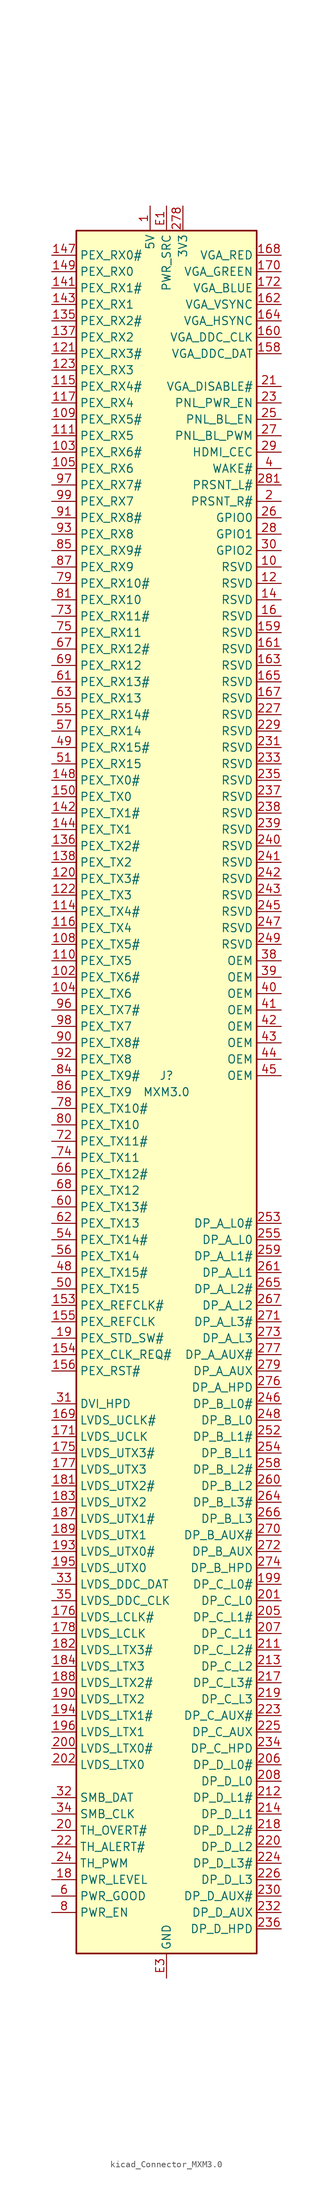
<source format=kicad_sym>
(kicad_symbol_lib
  (version 20220914)
  (generator kicad_symbol_editor)
  (symbol "kicad_Connector_MXM3.0"
    (property "Reference" "J"
      (at 0 2.54 0)
      (effects (font (size 1.27 1.27))))
    (property "Value" "MXM3.0"
      (at 0 0 0)
      (effects (font (size 1.27 1.27))))
    (symbol "kicad_Connector_MXM3.0_1_1"
      (rectangle (start -13.97 133.35) (end 13.97 -133.35) (stroke (width 0.254) (type default)) (fill (type background)))
      (pin power_in line (at -2.54 137.16 270) (length 3.81) (name "5V" (effects (font (size 1.27 1.27)))) (number "1" (effects (font (size 1.27 1.27)))))
      (pin bidirectional line (at 17.78 81.28 180) (length 3.81) (name "RSVD" (effects (font (size 1.27 1.27)))) (number "10" (effects (font (size 1.27 1.27)))))
      (pin passive line (at 0 -137.16 90) (length 3.81) hide (name "GND" (effects (font (size 1.27 1.27)))) (number "100" (effects (font (size 1.27 1.27)))))
      (pin passive line (at 0 -137.16 90) (length 3.81) hide (name "GND" (effects (font (size 1.27 1.27)))) (number "101" (effects (font (size 1.27 1.27)))))
      (pin input line (at -17.78 17.78 0) (length 3.81) (name "PEX_TX6#" (effects (font (size 1.27 1.27)))) (number "102" (effects (font (size 1.27 1.27)))))
      (pin output line (at -17.78 99.06 0) (length 3.81) (name "PEX_RX6#" (effects (font (size 1.27 1.27)))) (number "103" (effects (font (size 1.27 1.27)))))
      (pin input line (at -17.78 15.24 0) (length 3.81) (name "PEX_TX6" (effects (font (size 1.27 1.27)))) (number "104" (effects (font (size 1.27 1.27)))))
      (pin output line (at -17.78 96.52 0) (length 3.81) (name "PEX_RX6" (effects (font (size 1.27 1.27)))) (number "105" (effects (font (size 1.27 1.27)))))
      (pin passive line (at 0 -137.16 90) (length 3.81) hide (name "GND" (effects (font (size 1.27 1.27)))) (number "106" (effects (font (size 1.27 1.27)))))
      (pin passive line (at 0 -137.16 90) (length 3.81) hide (name "GND" (effects (font (size 1.27 1.27)))) (number "107" (effects (font (size 1.27 1.27)))))
      (pin input line (at -17.78 22.86 0) (length 3.81) (name "PEX_TX5#" (effects (font (size 1.27 1.27)))) (number "108" (effects (font (size 1.27 1.27)))))
      (pin output line (at -17.78 104.14 0) (length 3.81) (name "PEX_RX5#" (effects (font (size 1.27 1.27)))) (number "109" (effects (font (size 1.27 1.27)))))
      (pin passive line (at 0 -137.16 90) (length 3.81) hide (name "GND" (effects (font (size 1.27 1.27)))) (number "11" (effects (font (size 1.27 1.27)))))
      (pin input line (at -17.78 20.32 0) (length 3.81) (name "PEX_TX5" (effects (font (size 1.27 1.27)))) (number "110" (effects (font (size 1.27 1.27)))))
      (pin output line (at -17.78 101.6 0) (length 3.81) (name "PEX_RX5" (effects (font (size 1.27 1.27)))) (number "111" (effects (font (size 1.27 1.27)))))
      (pin passive line (at 0 -137.16 90) (length 3.81) hide (name "GND" (effects (font (size 1.27 1.27)))) (number "112" (effects (font (size 1.27 1.27)))))
      (pin passive line (at 0 -137.16 90) (length 3.81) hide (name "GND" (effects (font (size 1.27 1.27)))) (number "113" (effects (font (size 1.27 1.27)))))
      (pin input line (at -17.78 27.94 0) (length 3.81) (name "PEX_TX4#" (effects (font (size 1.27 1.27)))) (number "114" (effects (font (size 1.27 1.27)))))
      (pin output line (at -17.78 109.22 0) (length 3.81) (name "PEX_RX4#" (effects (font (size 1.27 1.27)))) (number "115" (effects (font (size 1.27 1.27)))))
      (pin input line (at -17.78 25.4 0) (length 3.81) (name "PEX_TX4" (effects (font (size 1.27 1.27)))) (number "116" (effects (font (size 1.27 1.27)))))
      (pin output line (at -17.78 106.68 0) (length 3.81) (name "PEX_RX4" (effects (font (size 1.27 1.27)))) (number "117" (effects (font (size 1.27 1.27)))))
      (pin passive line (at 0 -137.16 90) (length 3.81) hide (name "GND" (effects (font (size 1.27 1.27)))) (number "118" (effects (font (size 1.27 1.27)))))
      (pin passive line (at 0 -137.16 90) (length 3.81) hide (name "GND" (effects (font (size 1.27 1.27)))) (number "119" (effects (font (size 1.27 1.27)))))
      (pin bidirectional line (at 17.78 78.74 180) (length 3.81) (name "RSVD" (effects (font (size 1.27 1.27)))) (number "12" (effects (font (size 1.27 1.27)))))
      (pin input line (at -17.78 33.02 0) (length 3.81) (name "PEX_TX3#" (effects (font (size 1.27 1.27)))) (number "120" (effects (font (size 1.27 1.27)))))
      (pin output line (at -17.78 114.3 0) (length 3.81) (name "PEX_RX3#" (effects (font (size 1.27 1.27)))) (number "121" (effects (font (size 1.27 1.27)))))
      (pin input line (at -17.78 30.48 0) (length 3.81) (name "PEX_TX3" (effects (font (size 1.27 1.27)))) (number "122" (effects (font (size 1.27 1.27)))))
      (pin output line (at -17.78 111.76 0) (length 3.81) (name "PEX_RX3" (effects (font (size 1.27 1.27)))) (number "123" (effects (font (size 1.27 1.27)))))
      (pin passive line (at 0 -137.16 90) (length 3.81) hide (name "GND" (effects (font (size 1.27 1.27)))) (number "124" (effects (font (size 1.27 1.27)))))
      (pin passive line (at 0 -137.16 90) (length 3.81) hide (name "GND" (effects (font (size 1.27 1.27)))) (number "125" (effects (font (size 1.27 1.27)))))
      (pin passive line (at 0 -137.16 90) (length 3.81) hide (name "GND" (effects (font (size 1.27 1.27)))) (number "13" (effects (font (size 1.27 1.27)))))
      (pin passive line (at 0 -137.16 90) (length 3.81) hide (name "GND" (effects (font (size 1.27 1.27)))) (number "133" (effects (font (size 1.27 1.27)))))
      (pin passive line (at 0 -137.16 90) (length 3.81) hide (name "GND" (effects (font (size 1.27 1.27)))) (number "134" (effects (font (size 1.27 1.27)))))
      (pin output line (at -17.78 119.38 0) (length 3.81) (name "PEX_RX2#" (effects (font (size 1.27 1.27)))) (number "135" (effects (font (size 1.27 1.27)))))
      (pin input line (at -17.78 38.1 0) (length 3.81) (name "PEX_TX2#" (effects (font (size 1.27 1.27)))) (number "136" (effects (font (size 1.27 1.27)))))
      (pin output line (at -17.78 116.84 0) (length 3.81) (name "PEX_RX2" (effects (font (size 1.27 1.27)))) (number "137" (effects (font (size 1.27 1.27)))))
      (pin input line (at -17.78 35.56 0) (length 3.81) (name "PEX_TX2" (effects (font (size 1.27 1.27)))) (number "138" (effects (font (size 1.27 1.27)))))
      (pin passive line (at 0 -137.16 90) (length 3.81) hide (name "GND" (effects (font (size 1.27 1.27)))) (number "139" (effects (font (size 1.27 1.27)))))
      (pin bidirectional line (at 17.78 76.2 180) (length 3.81) (name "RSVD" (effects (font (size 1.27 1.27)))) (number "14" (effects (font (size 1.27 1.27)))))
      (pin passive line (at 0 -137.16 90) (length 3.81) hide (name "GND" (effects (font (size 1.27 1.27)))) (number "140" (effects (font (size 1.27 1.27)))))
      (pin output line (at -17.78 124.46 0) (length 3.81) (name "PEX_RX1#" (effects (font (size 1.27 1.27)))) (number "141" (effects (font (size 1.27 1.27)))))
      (pin input line (at -17.78 43.18 0) (length 3.81) (name "PEX_TX1#" (effects (font (size 1.27 1.27)))) (number "142" (effects (font (size 1.27 1.27)))))
      (pin output line (at -17.78 121.92 0) (length 3.81) (name "PEX_RX1" (effects (font (size 1.27 1.27)))) (number "143" (effects (font (size 1.27 1.27)))))
      (pin input line (at -17.78 40.64 0) (length 3.81) (name "PEX_TX1" (effects (font (size 1.27 1.27)))) (number "144" (effects (font (size 1.27 1.27)))))
      (pin passive line (at 0 -137.16 90) (length 3.81) hide (name "GND" (effects (font (size 1.27 1.27)))) (number "145" (effects (font (size 1.27 1.27)))))
      (pin passive line (at 0 -137.16 90) (length 3.81) hide (name "GND" (effects (font (size 1.27 1.27)))) (number "146" (effects (font (size 1.27 1.27)))))
      (pin output line (at -17.78 129.54 0) (length 3.81) (name "PEX_RX0#" (effects (font (size 1.27 1.27)))) (number "147" (effects (font (size 1.27 1.27)))))
      (pin input line (at -17.78 48.26 0) (length 3.81) (name "PEX_TX0#" (effects (font (size 1.27 1.27)))) (number "148" (effects (font (size 1.27 1.27)))))
      (pin output line (at -17.78 127 0) (length 3.81) (name "PEX_RX0" (effects (font (size 1.27 1.27)))) (number "149" (effects (font (size 1.27 1.27)))))
      (pin passive line (at 0 -137.16 90) (length 3.81) hide (name "GND" (effects (font (size 1.27 1.27)))) (number "15" (effects (font (size 1.27 1.27)))))
      (pin input line (at -17.78 45.72 0) (length 3.81) (name "PEX_TX0" (effects (font (size 1.27 1.27)))) (number "150" (effects (font (size 1.27 1.27)))))
      (pin passive line (at 0 -137.16 90) (length 3.81) hide (name "GND" (effects (font (size 1.27 1.27)))) (number "151" (effects (font (size 1.27 1.27)))))
      (pin passive line (at 0 -137.16 90) (length 3.81) hide (name "GND" (effects (font (size 1.27 1.27)))) (number "152" (effects (font (size 1.27 1.27)))))
      (pin input line (at -17.78 -33.02 0) (length 3.81) (name "PEX_REFCLK#" (effects (font (size 1.27 1.27)))) (number "153" (effects (font (size 1.27 1.27)))))
      (pin output line (at -17.78 -40.64 0) (length 3.81) (name "PEX_CLK_REQ#" (effects (font (size 1.27 1.27)))) (number "154" (effects (font (size 1.27 1.27)))))
      (pin input line (at -17.78 -35.56 0) (length 3.81) (name "PEX_REFCLK" (effects (font (size 1.27 1.27)))) (number "155" (effects (font (size 1.27 1.27)))))
      (pin input line (at -17.78 -43.18 0) (length 3.81) (name "PEX_RST#" (effects (font (size 1.27 1.27)))) (number "156" (effects (font (size 1.27 1.27)))))
      (pin passive line (at 0 -137.16 90) (length 3.81) hide (name "GND" (effects (font (size 1.27 1.27)))) (number "157" (effects (font (size 1.27 1.27)))))
      (pin bidirectional line (at 17.78 114.3 180) (length 3.81) (name "VGA_DDC_DAT" (effects (font (size 1.27 1.27)))) (number "158" (effects (font (size 1.27 1.27)))))
      (pin bidirectional line (at 17.78 71.12 180) (length 3.81) (name "RSVD" (effects (font (size 1.27 1.27)))) (number "159" (effects (font (size 1.27 1.27)))))
      (pin bidirectional line (at 17.78 73.66 180) (length 3.81) (name "RSVD" (effects (font (size 1.27 1.27)))) (number "16" (effects (font (size 1.27 1.27)))))
      (pin output line (at 17.78 116.84 180) (length 3.81) (name "VGA_DDC_CLK" (effects (font (size 1.27 1.27)))) (number "160" (effects (font (size 1.27 1.27)))))
      (pin bidirectional line (at 17.78 68.58 180) (length 3.81) (name "RSVD" (effects (font (size 1.27 1.27)))) (number "161" (effects (font (size 1.27 1.27)))))
      (pin output line (at 17.78 121.92 180) (length 3.81) (name "VGA_VSYNC" (effects (font (size 1.27 1.27)))) (number "162" (effects (font (size 1.27 1.27)))))
      (pin bidirectional line (at 17.78 66.04 180) (length 3.81) (name "RSVD" (effects (font (size 1.27 1.27)))) (number "163" (effects (font (size 1.27 1.27)))))
      (pin output line (at 17.78 119.38 180) (length 3.81) (name "VGA_HSYNC" (effects (font (size 1.27 1.27)))) (number "164" (effects (font (size 1.27 1.27)))))
      (pin bidirectional line (at 17.78 63.5 180) (length 3.81) (name "RSVD" (effects (font (size 1.27 1.27)))) (number "165" (effects (font (size 1.27 1.27)))))
      (pin passive line (at 0 -137.16 90) (length 3.81) hide (name "GND" (effects (font (size 1.27 1.27)))) (number "166" (effects (font (size 1.27 1.27)))))
      (pin bidirectional line (at 17.78 60.96 180) (length 3.81) (name "RSVD" (effects (font (size 1.27 1.27)))) (number "167" (effects (font (size 1.27 1.27)))))
      (pin output line (at 17.78 129.54 180) (length 3.81) (name "VGA_RED" (effects (font (size 1.27 1.27)))) (number "168" (effects (font (size 1.27 1.27)))))
      (pin output line (at -17.78 -50.8 0) (length 3.81) (name "LVDS_UCLK#" (effects (font (size 1.27 1.27)))) (number "169" (effects (font (size 1.27 1.27)))))
      (pin passive line (at 0 -137.16 90) (length 3.81) hide (name "GND" (effects (font (size 1.27 1.27)))) (number "17" (effects (font (size 1.27 1.27)))))
      (pin output line (at 17.78 127 180) (length 3.81) (name "VGA_GREEN" (effects (font (size 1.27 1.27)))) (number "170" (effects (font (size 1.27 1.27)))))
      (pin output line (at -17.78 -53.34 0) (length 3.81) (name "LVDS_UCLK" (effects (font (size 1.27 1.27)))) (number "171" (effects (font (size 1.27 1.27)))))
      (pin output line (at 17.78 124.46 180) (length 3.81) (name "VGA_BLUE" (effects (font (size 1.27 1.27)))) (number "172" (effects (font (size 1.27 1.27)))))
      (pin passive line (at 0 -137.16 90) (length 3.81) hide (name "GND" (effects (font (size 1.27 1.27)))) (number "173" (effects (font (size 1.27 1.27)))))
      (pin passive line (at 0 -137.16 90) (length 3.81) hide (name "GND" (effects (font (size 1.27 1.27)))) (number "174" (effects (font (size 1.27 1.27)))))
      (pin output line (at -17.78 -55.88 0) (length 3.81) (name "LVDS_UTX3#" (effects (font (size 1.27 1.27)))) (number "175" (effects (font (size 1.27 1.27)))))
      (pin output line (at -17.78 -81.28 0) (length 3.81) (name "LVDS_LCLK#" (effects (font (size 1.27 1.27)))) (number "176" (effects (font (size 1.27 1.27)))))
      (pin output line (at -17.78 -58.42 0) (length 3.81) (name "LVDS_UTX3" (effects (font (size 1.27 1.27)))) (number "177" (effects (font (size 1.27 1.27)))))
      (pin output line (at -17.78 -83.82 0) (length 3.81) (name "LVDS_LCLK" (effects (font (size 1.27 1.27)))) (number "178" (effects (font (size 1.27 1.27)))))
      (pin passive line (at 0 -137.16 90) (length 3.81) hide (name "GND" (effects (font (size 1.27 1.27)))) (number "179" (effects (font (size 1.27 1.27)))))
      (pin input line (at -17.78 -121.92 0) (length 3.81) (name "PWR_LEVEL" (effects (font (size 1.27 1.27)))) (number "18" (effects (font (size 1.27 1.27)))))
      (pin passive line (at 0 -137.16 90) (length 3.81) hide (name "GND" (effects (font (size 1.27 1.27)))) (number "180" (effects (font (size 1.27 1.27)))))
      (pin output line (at -17.78 -60.96 0) (length 3.81) (name "LVDS_UTX2#" (effects (font (size 1.27 1.27)))) (number "181" (effects (font (size 1.27 1.27)))))
      (pin output line (at -17.78 -86.36 0) (length 3.81) (name "LVDS_LTX3#" (effects (font (size 1.27 1.27)))) (number "182" (effects (font (size 1.27 1.27)))))
      (pin output line (at -17.78 -63.5 0) (length 3.81) (name "LVDS_UTX2" (effects (font (size 1.27 1.27)))) (number "183" (effects (font (size 1.27 1.27)))))
      (pin output line (at -17.78 -88.9 0) (length 3.81) (name "LVDS_LTX3" (effects (font (size 1.27 1.27)))) (number "184" (effects (font (size 1.27 1.27)))))
      (pin passive line (at 0 -137.16 90) (length 3.81) hide (name "GND" (effects (font (size 1.27 1.27)))) (number "185" (effects (font (size 1.27 1.27)))))
      (pin passive line (at 0 -137.16 90) (length 3.81) hide (name "GND" (effects (font (size 1.27 1.27)))) (number "186" (effects (font (size 1.27 1.27)))))
      (pin output line (at -17.78 -66.04 0) (length 3.81) (name "LVDS_UTX1#" (effects (font (size 1.27 1.27)))) (number "187" (effects (font (size 1.27 1.27)))))
      (pin output line (at -17.78 -91.44 0) (length 3.81) (name "LVDS_LTX2#" (effects (font (size 1.27 1.27)))) (number "188" (effects (font (size 1.27 1.27)))))
      (pin output line (at -17.78 -68.58 0) (length 3.81) (name "LVDS_UTX1" (effects (font (size 1.27 1.27)))) (number "189" (effects (font (size 1.27 1.27)))))
      (pin input line (at -17.78 -38.1 0) (length 3.81) (name "PEX_STD_SW#" (effects (font (size 1.27 1.27)))) (number "19" (effects (font (size 1.27 1.27)))))
      (pin output line (at -17.78 -93.98 0) (length 3.81) (name "LVDS_LTX2" (effects (font (size 1.27 1.27)))) (number "190" (effects (font (size 1.27 1.27)))))
      (pin passive line (at 0 -137.16 90) (length 3.81) hide (name "GND" (effects (font (size 1.27 1.27)))) (number "191" (effects (font (size 1.27 1.27)))))
      (pin passive line (at 0 -137.16 90) (length 3.81) hide (name "GND" (effects (font (size 1.27 1.27)))) (number "192" (effects (font (size 1.27 1.27)))))
      (pin output line (at -17.78 -71.12 0) (length 3.81) (name "LVDS_UTX0#" (effects (font (size 1.27 1.27)))) (number "193" (effects (font (size 1.27 1.27)))))
      (pin output line (at -17.78 -96.52 0) (length 3.81) (name "LVDS_LTX1#" (effects (font (size 1.27 1.27)))) (number "194" (effects (font (size 1.27 1.27)))))
      (pin output line (at -17.78 -73.66 0) (length 3.81) (name "LVDS_UTX0" (effects (font (size 1.27 1.27)))) (number "195" (effects (font (size 1.27 1.27)))))
      (pin output line (at -17.78 -99.06 0) (length 3.81) (name "LVDS_LTX1" (effects (font (size 1.27 1.27)))) (number "196" (effects (font (size 1.27 1.27)))))
      (pin passive line (at 0 -137.16 90) (length 3.81) hide (name "GND" (effects (font (size 1.27 1.27)))) (number "197" (effects (font (size 1.27 1.27)))))
      (pin passive line (at 0 -137.16 90) (length 3.81) hide (name "GND" (effects (font (size 1.27 1.27)))) (number "198" (effects (font (size 1.27 1.27)))))
      (pin output line (at 17.78 -76.2 180) (length 3.81) (name "DP_C_L0#" (effects (font (size 1.27 1.27)))) (number "199" (effects (font (size 1.27 1.27)))))
      (pin output line (at 17.78 91.44 180) (length 3.81) (name "PRSNT_R#" (effects (font (size 1.27 1.27)))) (number "2" (effects (font (size 1.27 1.27)))))
      (pin output line (at -17.78 -114.3 0) (length 3.81) (name "TH_OVERT#" (effects (font (size 1.27 1.27)))) (number "20" (effects (font (size 1.27 1.27)))))
      (pin output line (at -17.78 -101.6 0) (length 3.81) (name "LVDS_LTX0#" (effects (font (size 1.27 1.27)))) (number "200" (effects (font (size 1.27 1.27)))))
      (pin output line (at 17.78 -78.74 180) (length 3.81) (name "DP_C_L0" (effects (font (size 1.27 1.27)))) (number "201" (effects (font (size 1.27 1.27)))))
      (pin output line (at -17.78 -104.14 0) (length 3.81) (name "LVDS_LTX0" (effects (font (size 1.27 1.27)))) (number "202" (effects (font (size 1.27 1.27)))))
      (pin passive line (at 0 -137.16 90) (length 3.81) hide (name "GND" (effects (font (size 1.27 1.27)))) (number "203" (effects (font (size 1.27 1.27)))))
      (pin passive line (at 0 -137.16 90) (length 3.81) hide (name "GND" (effects (font (size 1.27 1.27)))) (number "204" (effects (font (size 1.27 1.27)))))
      (pin output line (at 17.78 -81.28 180) (length 3.81) (name "DP_C_L1#" (effects (font (size 1.27 1.27)))) (number "205" (effects (font (size 1.27 1.27)))))
      (pin output line (at 17.78 -104.14 180) (length 3.81) (name "DP_D_L0#" (effects (font (size 1.27 1.27)))) (number "206" (effects (font (size 1.27 1.27)))))
      (pin output line (at 17.78 -83.82 180) (length 3.81) (name "DP_C_L1" (effects (font (size 1.27 1.27)))) (number "207" (effects (font (size 1.27 1.27)))))
      (pin output line (at 17.78 -106.68 180) (length 3.81) (name "DP_D_L0" (effects (font (size 1.27 1.27)))) (number "208" (effects (font (size 1.27 1.27)))))
      (pin passive line (at 0 -137.16 90) (length 3.81) hide (name "GND" (effects (font (size 1.27 1.27)))) (number "209" (effects (font (size 1.27 1.27)))))
      (pin input line (at 17.78 109.22 180) (length 3.81) (name "VGA_DISABLE#" (effects (font (size 1.27 1.27)))) (number "21" (effects (font (size 1.27 1.27)))))
      (pin passive line (at 0 -137.16 90) (length 3.81) hide (name "GND" (effects (font (size 1.27 1.27)))) (number "210" (effects (font (size 1.27 1.27)))))
      (pin output line (at 17.78 -86.36 180) (length 3.81) (name "DP_C_L2#" (effects (font (size 1.27 1.27)))) (number "211" (effects (font (size 1.27 1.27)))))
      (pin output line (at 17.78 -109.22 180) (length 3.81) (name "DP_D_L1#" (effects (font (size 1.27 1.27)))) (number "212" (effects (font (size 1.27 1.27)))))
      (pin output line (at 17.78 -88.9 180) (length 3.81) (name "DP_C_L2" (effects (font (size 1.27 1.27)))) (number "213" (effects (font (size 1.27 1.27)))))
      (pin output line (at 17.78 -111.76 180) (length 3.81) (name "DP_D_L1" (effects (font (size 1.27 1.27)))) (number "214" (effects (font (size 1.27 1.27)))))
      (pin passive line (at 0 -137.16 90) (length 3.81) hide (name "GND" (effects (font (size 1.27 1.27)))) (number "215" (effects (font (size 1.27 1.27)))))
      (pin passive line (at 0 -137.16 90) (length 3.81) hide (name "GND" (effects (font (size 1.27 1.27)))) (number "216" (effects (font (size 1.27 1.27)))))
      (pin output line (at 17.78 -91.44 180) (length 3.81) (name "DP_C_L3#" (effects (font (size 1.27 1.27)))) (number "217" (effects (font (size 1.27 1.27)))))
      (pin output line (at 17.78 -114.3 180) (length 3.81) (name "DP_D_L2#" (effects (font (size 1.27 1.27)))) (number "218" (effects (font (size 1.27 1.27)))))
      (pin output line (at 17.78 -93.98 180) (length 3.81) (name "DP_C_L3" (effects (font (size 1.27 1.27)))) (number "219" (effects (font (size 1.27 1.27)))))
      (pin bidirectional line (at -17.78 -116.84 0) (length 3.81) (name "TH_ALERT#" (effects (font (size 1.27 1.27)))) (number "22" (effects (font (size 1.27 1.27)))))
      (pin output line (at 17.78 -116.84 180) (length 3.81) (name "DP_D_L2" (effects (font (size 1.27 1.27)))) (number "220" (effects (font (size 1.27 1.27)))))
      (pin passive line (at 0 -137.16 90) (length 3.81) hide (name "GND" (effects (font (size 1.27 1.27)))) (number "221" (effects (font (size 1.27 1.27)))))
      (pin passive line (at 0 -137.16 90) (length 3.81) hide (name "GND" (effects (font (size 1.27 1.27)))) (number "222" (effects (font (size 1.27 1.27)))))
      (pin bidirectional line (at 17.78 -96.52 180) (length 3.81) (name "DP_C_AUX#" (effects (font (size 1.27 1.27)))) (number "223" (effects (font (size 1.27 1.27)))))
      (pin output line (at 17.78 -119.38 180) (length 3.81) (name "DP_D_L3#" (effects (font (size 1.27 1.27)))) (number "224" (effects (font (size 1.27 1.27)))))
      (pin bidirectional line (at 17.78 -99.06 180) (length 3.81) (name "DP_C_AUX" (effects (font (size 1.27 1.27)))) (number "225" (effects (font (size 1.27 1.27)))))
      (pin output line (at 17.78 -121.92 180) (length 3.81) (name "DP_D_L3" (effects (font (size 1.27 1.27)))) (number "226" (effects (font (size 1.27 1.27)))))
      (pin bidirectional line (at 17.78 58.42 180) (length 3.81) (name "RSVD" (effects (font (size 1.27 1.27)))) (number "227" (effects (font (size 1.27 1.27)))))
      (pin passive line (at 0 -137.16 90) (length 3.81) hide (name "GND" (effects (font (size 1.27 1.27)))) (number "228" (effects (font (size 1.27 1.27)))))
      (pin bidirectional line (at 17.78 55.88 180) (length 3.81) (name "RSVD" (effects (font (size 1.27 1.27)))) (number "229" (effects (font (size 1.27 1.27)))))
      (pin output line (at 17.78 106.68 180) (length 3.81) (name "PNL_PWR_EN" (effects (font (size 1.27 1.27)))) (number "23" (effects (font (size 1.27 1.27)))))
      (pin bidirectional line (at 17.78 -124.46 180) (length 3.81) (name "DP_D_AUX#" (effects (font (size 1.27 1.27)))) (number "230" (effects (font (size 1.27 1.27)))))
      (pin bidirectional line (at 17.78 53.34 180) (length 3.81) (name "RSVD" (effects (font (size 1.27 1.27)))) (number "231" (effects (font (size 1.27 1.27)))))
      (pin bidirectional line (at 17.78 -127 180) (length 3.81) (name "DP_D_AUX" (effects (font (size 1.27 1.27)))) (number "232" (effects (font (size 1.27 1.27)))))
      (pin bidirectional line (at 17.78 50.8 180) (length 3.81) (name "RSVD" (effects (font (size 1.27 1.27)))) (number "233" (effects (font (size 1.27 1.27)))))
      (pin input line (at 17.78 -101.6 180) (length 3.81) (name "DP_C_HPD" (effects (font (size 1.27 1.27)))) (number "234" (effects (font (size 1.27 1.27)))))
      (pin bidirectional line (at 17.78 48.26 180) (length 3.81) (name "RSVD" (effects (font (size 1.27 1.27)))) (number "235" (effects (font (size 1.27 1.27)))))
      (pin input line (at 17.78 -129.54 180) (length 3.81) (name "DP_D_HPD" (effects (font (size 1.27 1.27)))) (number "236" (effects (font (size 1.27 1.27)))))
      (pin bidirectional line (at 17.78 45.72 180) (length 3.81) (name "RSVD" (effects (font (size 1.27 1.27)))) (number "237" (effects (font (size 1.27 1.27)))))
      (pin bidirectional line (at 17.78 43.18 180) (length 3.81) (name "RSVD" (effects (font (size 1.27 1.27)))) (number "238" (effects (font (size 1.27 1.27)))))
      (pin bidirectional line (at 17.78 40.64 180) (length 3.81) (name "RSVD" (effects (font (size 1.27 1.27)))) (number "239" (effects (font (size 1.27 1.27)))))
      (pin output line (at -17.78 -119.38 0) (length 3.81) (name "TH_PWM" (effects (font (size 1.27 1.27)))) (number "24" (effects (font (size 1.27 1.27)))))
      (pin bidirectional line (at 17.78 38.1 180) (length 3.81) (name "RSVD" (effects (font (size 1.27 1.27)))) (number "240" (effects (font (size 1.27 1.27)))))
      (pin bidirectional line (at 17.78 35.56 180) (length 3.81) (name "RSVD" (effects (font (size 1.27 1.27)))) (number "241" (effects (font (size 1.27 1.27)))))
      (pin bidirectional line (at 17.78 33.02 180) (length 3.81) (name "RSVD" (effects (font (size 1.27 1.27)))) (number "242" (effects (font (size 1.27 1.27)))))
      (pin bidirectional line (at 17.78 30.48 180) (length 3.81) (name "RSVD" (effects (font (size 1.27 1.27)))) (number "243" (effects (font (size 1.27 1.27)))))
      (pin passive line (at 0 -137.16 90) (length 3.81) hide (name "GND" (effects (font (size 1.27 1.27)))) (number "244" (effects (font (size 1.27 1.27)))))
      (pin bidirectional line (at 17.78 27.94 180) (length 3.81) (name "RSVD" (effects (font (size 1.27 1.27)))) (number "245" (effects (font (size 1.27 1.27)))))
      (pin output line (at 17.78 -48.26 180) (length 3.81) (name "DP_B_L0#" (effects (font (size 1.27 1.27)))) (number "246" (effects (font (size 1.27 1.27)))))
      (pin bidirectional line (at 17.78 25.4 180) (length 3.81) (name "RSVD" (effects (font (size 1.27 1.27)))) (number "247" (effects (font (size 1.27 1.27)))))
      (pin output line (at 17.78 -50.8 180) (length 3.81) (name "DP_B_L0" (effects (font (size 1.27 1.27)))) (number "248" (effects (font (size 1.27 1.27)))))
      (pin bidirectional line (at 17.78 22.86 180) (length 3.81) (name "RSVD" (effects (font (size 1.27 1.27)))) (number "249" (effects (font (size 1.27 1.27)))))
      (pin output line (at 17.78 104.14 180) (length 3.81) (name "PNL_BL_EN" (effects (font (size 1.27 1.27)))) (number "25" (effects (font (size 1.27 1.27)))))
      (pin passive line (at 0 -137.16 90) (length 3.81) hide (name "GND" (effects (font (size 1.27 1.27)))) (number "250" (effects (font (size 1.27 1.27)))))
      (pin passive line (at 0 -137.16 90) (length 3.81) hide (name "GND" (effects (font (size 1.27 1.27)))) (number "251" (effects (font (size 1.27 1.27)))))
      (pin output line (at 17.78 -53.34 180) (length 3.81) (name "DP_B_L1#" (effects (font (size 1.27 1.27)))) (number "252" (effects (font (size 1.27 1.27)))))
      (pin output line (at 17.78 -20.32 180) (length 3.81) (name "DP_A_L0#" (effects (font (size 1.27 1.27)))) (number "253" (effects (font (size 1.27 1.27)))))
      (pin output line (at 17.78 -55.88 180) (length 3.81) (name "DP_B_L1" (effects (font (size 1.27 1.27)))) (number "254" (effects (font (size 1.27 1.27)))))
      (pin output line (at 17.78 -22.86 180) (length 3.81) (name "DP_A_L0" (effects (font (size 1.27 1.27)))) (number "255" (effects (font (size 1.27 1.27)))))
      (pin passive line (at 0 -137.16 90) (length 3.81) hide (name "GND" (effects (font (size 1.27 1.27)))) (number "256" (effects (font (size 1.27 1.27)))))
      (pin passive line (at 0 -137.16 90) (length 3.81) hide (name "GND" (effects (font (size 1.27 1.27)))) (number "257" (effects (font (size 1.27 1.27)))))
      (pin output line (at 17.78 -58.42 180) (length 3.81) (name "DP_B_L2#" (effects (font (size 1.27 1.27)))) (number "258" (effects (font (size 1.27 1.27)))))
      (pin output line (at 17.78 -25.4 180) (length 3.81) (name "DP_A_L1#" (effects (font (size 1.27 1.27)))) (number "259" (effects (font (size 1.27 1.27)))))
      (pin bidirectional line (at 17.78 88.9 180) (length 3.81) (name "GPIO0" (effects (font (size 1.27 1.27)))) (number "26" (effects (font (size 1.27 1.27)))))
      (pin output line (at 17.78 -60.96 180) (length 3.81) (name "DP_B_L2" (effects (font (size 1.27 1.27)))) (number "260" (effects (font (size 1.27 1.27)))))
      (pin output line (at 17.78 -27.94 180) (length 3.81) (name "DP_A_L1" (effects (font (size 1.27 1.27)))) (number "261" (effects (font (size 1.27 1.27)))))
      (pin passive line (at 0 -137.16 90) (length 3.81) hide (name "GND" (effects (font (size 1.27 1.27)))) (number "262" (effects (font (size 1.27 1.27)))))
      (pin passive line (at 0 -137.16 90) (length 3.81) hide (name "GND" (effects (font (size 1.27 1.27)))) (number "263" (effects (font (size 1.27 1.27)))))
      (pin output line (at 17.78 -63.5 180) (length 3.81) (name "DP_B_L3#" (effects (font (size 1.27 1.27)))) (number "264" (effects (font (size 1.27 1.27)))))
      (pin output line (at 17.78 -30.48 180) (length 3.81) (name "DP_A_L2#" (effects (font (size 1.27 1.27)))) (number "265" (effects (font (size 1.27 1.27)))))
      (pin output line (at 17.78 -66.04 180) (length 3.81) (name "DP_B_L3" (effects (font (size 1.27 1.27)))) (number "266" (effects (font (size 1.27 1.27)))))
      (pin output line (at 17.78 -33.02 180) (length 3.81) (name "DP_A_L2" (effects (font (size 1.27 1.27)))) (number "267" (effects (font (size 1.27 1.27)))))
      (pin passive line (at 0 -137.16 90) (length 3.81) hide (name "GND" (effects (font (size 1.27 1.27)))) (number "268" (effects (font (size 1.27 1.27)))))
      (pin passive line (at 0 -137.16 90) (length 3.81) hide (name "GND" (effects (font (size 1.27 1.27)))) (number "269" (effects (font (size 1.27 1.27)))))
      (pin output line (at 17.78 101.6 180) (length 3.81) (name "PNL_BL_PWM" (effects (font (size 1.27 1.27)))) (number "27" (effects (font (size 1.27 1.27)))))
      (pin bidirectional line (at 17.78 -68.58 180) (length 3.81) (name "DP_B_AUX#" (effects (font (size 1.27 1.27)))) (number "270" (effects (font (size 1.27 1.27)))))
      (pin output line (at 17.78 -35.56 180) (length 3.81) (name "DP_A_L3#" (effects (font (size 1.27 1.27)))) (number "271" (effects (font (size 1.27 1.27)))))
      (pin bidirectional line (at 17.78 -71.12 180) (length 3.81) (name "DP_B_AUX" (effects (font (size 1.27 1.27)))) (number "272" (effects (font (size 1.27 1.27)))))
      (pin output line (at 17.78 -38.1 180) (length 3.81) (name "DP_A_L3" (effects (font (size 1.27 1.27)))) (number "273" (effects (font (size 1.27 1.27)))))
      (pin input line (at 17.78 -73.66 180) (length 3.81) (name "DP_B_HPD" (effects (font (size 1.27 1.27)))) (number "274" (effects (font (size 1.27 1.27)))))
      (pin passive line (at 0 -137.16 90) (length 3.81) hide (name "GND" (effects (font (size 1.27 1.27)))) (number "275" (effects (font (size 1.27 1.27)))))
      (pin input line (at 17.78 -45.72 180) (length 3.81) (name "DP_A_HPD" (effects (font (size 1.27 1.27)))) (number "276" (effects (font (size 1.27 1.27)))))
      (pin bidirectional line (at 17.78 -40.64 180) (length 3.81) (name "DP_A_AUX#" (effects (font (size 1.27 1.27)))) (number "277" (effects (font (size 1.27 1.27)))))
      (pin power_in line (at 2.54 137.16 270) (length 3.81) (name "3V3" (effects (font (size 1.27 1.27)))) (number "278" (effects (font (size 1.27 1.27)))))
      (pin bidirectional line (at 17.78 -43.18 180) (length 3.81) (name "DP_A_AUX" (effects (font (size 1.27 1.27)))) (number "279" (effects (font (size 1.27 1.27)))))
      (pin bidirectional line (at 17.78 86.36 180) (length 3.81) (name "GPIO1" (effects (font (size 1.27 1.27)))) (number "28" (effects (font (size 1.27 1.27)))))
      (pin passive line (at 2.54 137.16 270) (length 3.81) hide (name "3V3" (effects (font (size 1.27 1.27)))) (number "280" (effects (font (size 1.27 1.27)))))
      (pin output line (at 17.78 93.98 180) (length 3.81) (name "PRSNT_L#" (effects (font (size 1.27 1.27)))) (number "281" (effects (font (size 1.27 1.27)))))
      (pin bidirectional line (at 17.78 99.06 180) (length 3.81) (name "HDMI_CEC" (effects (font (size 1.27 1.27)))) (number "29" (effects (font (size 1.27 1.27)))))
      (pin passive line (at -2.54 137.16 270) (length 3.81) hide (name "5V" (effects (font (size 1.27 1.27)))) (number "3" (effects (font (size 1.27 1.27)))))
      (pin bidirectional line (at 17.78 83.82 180) (length 3.81) (name "GPIO2" (effects (font (size 1.27 1.27)))) (number "30" (effects (font (size 1.27 1.27)))))
      (pin input line (at -17.78 -48.26 0) (length 3.81) (name "DVI_HPD" (effects (font (size 1.27 1.27)))) (number "31" (effects (font (size 1.27 1.27)))))
      (pin bidirectional line (at -17.78 -109.22 0) (length 3.81) (name "SMB_DAT" (effects (font (size 1.27 1.27)))) (number "32" (effects (font (size 1.27 1.27)))))
      (pin bidirectional line (at -17.78 -76.2 0) (length 3.81) (name "LVDS_DDC_DAT" (effects (font (size 1.27 1.27)))) (number "33" (effects (font (size 1.27 1.27)))))
      (pin input line (at -17.78 -111.76 0) (length 3.81) (name "SMB_CLK" (effects (font (size 1.27 1.27)))) (number "34" (effects (font (size 1.27 1.27)))))
      (pin output line (at -17.78 -78.74 0) (length 3.81) (name "LVDS_DDC_CLK" (effects (font (size 1.27 1.27)))) (number "35" (effects (font (size 1.27 1.27)))))
      (pin passive line (at 0 -137.16 90) (length 3.81) hide (name "GND" (effects (font (size 1.27 1.27)))) (number "36" (effects (font (size 1.27 1.27)))))
      (pin passive line (at 0 -137.16 90) (length 3.81) hide (name "GND" (effects (font (size 1.27 1.27)))) (number "37" (effects (font (size 1.27 1.27)))))
      (pin bidirectional line (at 17.78 20.32 180) (length 3.81) (name "OEM" (effects (font (size 1.27 1.27)))) (number "38" (effects (font (size 1.27 1.27)))))
      (pin bidirectional line (at 17.78 17.78 180) (length 3.81) (name "OEM" (effects (font (size 1.27 1.27)))) (number "39" (effects (font (size 1.27 1.27)))))
      (pin output line (at 17.78 96.52 180) (length 3.81) (name "WAKE#" (effects (font (size 1.27 1.27)))) (number "4" (effects (font (size 1.27 1.27)))))
      (pin bidirectional line (at 17.78 15.24 180) (length 3.81) (name "OEM" (effects (font (size 1.27 1.27)))) (number "40" (effects (font (size 1.27 1.27)))))
      (pin bidirectional line (at 17.78 12.7 180) (length 3.81) (name "OEM" (effects (font (size 1.27 1.27)))) (number "41" (effects (font (size 1.27 1.27)))))
      (pin bidirectional line (at 17.78 10.16 180) (length 3.81) (name "OEM" (effects (font (size 1.27 1.27)))) (number "42" (effects (font (size 1.27 1.27)))))
      (pin bidirectional line (at 17.78 7.62 180) (length 3.81) (name "OEM" (effects (font (size 1.27 1.27)))) (number "43" (effects (font (size 1.27 1.27)))))
      (pin bidirectional line (at 17.78 5.08 180) (length 3.81) (name "OEM" (effects (font (size 1.27 1.27)))) (number "44" (effects (font (size 1.27 1.27)))))
      (pin bidirectional line (at 17.78 2.54 180) (length 3.81) (name "OEM" (effects (font (size 1.27 1.27)))) (number "45" (effects (font (size 1.27 1.27)))))
      (pin passive line (at 0 -137.16 90) (length 3.81) hide (name "GND" (effects (font (size 1.27 1.27)))) (number "46" (effects (font (size 1.27 1.27)))))
      (pin passive line (at 0 -137.16 90) (length 3.81) hide (name "GND" (effects (font (size 1.27 1.27)))) (number "47" (effects (font (size 1.27 1.27)))))
      (pin input line (at -17.78 -27.94 0) (length 3.81) (name "PEX_TX15#" (effects (font (size 1.27 1.27)))) (number "48" (effects (font (size 1.27 1.27)))))
      (pin output line (at -17.78 53.34 0) (length 3.81) (name "PEX_RX15#" (effects (font (size 1.27 1.27)))) (number "49" (effects (font (size 1.27 1.27)))))
      (pin passive line (at -2.54 137.16 270) (length 3.81) hide (name "5V" (effects (font (size 1.27 1.27)))) (number "5" (effects (font (size 1.27 1.27)))))
      (pin input line (at -17.78 -30.48 0) (length 3.81) (name "PEX_TX15" (effects (font (size 1.27 1.27)))) (number "50" (effects (font (size 1.27 1.27)))))
      (pin output line (at -17.78 50.8 0) (length 3.81) (name "PEX_RX15" (effects (font (size 1.27 1.27)))) (number "51" (effects (font (size 1.27 1.27)))))
      (pin passive line (at 0 -137.16 90) (length 3.81) hide (name "GND" (effects (font (size 1.27 1.27)))) (number "52" (effects (font (size 1.27 1.27)))))
      (pin passive line (at 0 -137.16 90) (length 3.81) hide (name "GND" (effects (font (size 1.27 1.27)))) (number "53" (effects (font (size 1.27 1.27)))))
      (pin input line (at -17.78 -22.86 0) (length 3.81) (name "PEX_TX14#" (effects (font (size 1.27 1.27)))) (number "54" (effects (font (size 1.27 1.27)))))
      (pin output line (at -17.78 58.42 0) (length 3.81) (name "PEX_RX14#" (effects (font (size 1.27 1.27)))) (number "55" (effects (font (size 1.27 1.27)))))
      (pin input line (at -17.78 -25.4 0) (length 3.81) (name "PEX_TX14" (effects (font (size 1.27 1.27)))) (number "56" (effects (font (size 1.27 1.27)))))
      (pin output line (at -17.78 55.88 0) (length 3.81) (name "PEX_RX14" (effects (font (size 1.27 1.27)))) (number "57" (effects (font (size 1.27 1.27)))))
      (pin passive line (at 0 -137.16 90) (length 3.81) hide (name "GND" (effects (font (size 1.27 1.27)))) (number "58" (effects (font (size 1.27 1.27)))))
      (pin passive line (at 0 -137.16 90) (length 3.81) hide (name "GND" (effects (font (size 1.27 1.27)))) (number "59" (effects (font (size 1.27 1.27)))))
      (pin output line (at -17.78 -124.46 0) (length 3.81) (name "PWR_GOOD" (effects (font (size 1.27 1.27)))) (number "6" (effects (font (size 1.27 1.27)))))
      (pin input line (at -17.78 -17.78 0) (length 3.81) (name "PEX_TX13#" (effects (font (size 1.27 1.27)))) (number "60" (effects (font (size 1.27 1.27)))))
      (pin output line (at -17.78 63.5 0) (length 3.81) (name "PEX_RX13#" (effects (font (size 1.27 1.27)))) (number "61" (effects (font (size 1.27 1.27)))))
      (pin input line (at -17.78 -20.32 0) (length 3.81) (name "PEX_TX13" (effects (font (size 1.27 1.27)))) (number "62" (effects (font (size 1.27 1.27)))))
      (pin output line (at -17.78 60.96 0) (length 3.81) (name "PEX_RX13" (effects (font (size 1.27 1.27)))) (number "63" (effects (font (size 1.27 1.27)))))
      (pin passive line (at 0 -137.16 90) (length 3.81) hide (name "GND" (effects (font (size 1.27 1.27)))) (number "64" (effects (font (size 1.27 1.27)))))
      (pin passive line (at 0 -137.16 90) (length 3.81) hide (name "GND" (effects (font (size 1.27 1.27)))) (number "65" (effects (font (size 1.27 1.27)))))
      (pin input line (at -17.78 -12.7 0) (length 3.81) (name "PEX_TX12#" (effects (font (size 1.27 1.27)))) (number "66" (effects (font (size 1.27 1.27)))))
      (pin output line (at -17.78 68.58 0) (length 3.81) (name "PEX_RX12#" (effects (font (size 1.27 1.27)))) (number "67" (effects (font (size 1.27 1.27)))))
      (pin input line (at -17.78 -15.24 0) (length 3.81) (name "PEX_TX12" (effects (font (size 1.27 1.27)))) (number "68" (effects (font (size 1.27 1.27)))))
      (pin output line (at -17.78 66.04 0) (length 3.81) (name "PEX_RX12" (effects (font (size 1.27 1.27)))) (number "69" (effects (font (size 1.27 1.27)))))
      (pin passive line (at -2.54 137.16 270) (length 3.81) hide (name "5V" (effects (font (size 1.27 1.27)))) (number "7" (effects (font (size 1.27 1.27)))))
      (pin passive line (at 0 -137.16 90) (length 3.81) hide (name "GND" (effects (font (size 1.27 1.27)))) (number "70" (effects (font (size 1.27 1.27)))))
      (pin passive line (at 0 -137.16 90) (length 3.81) hide (name "GND" (effects (font (size 1.27 1.27)))) (number "71" (effects (font (size 1.27 1.27)))))
      (pin input line (at -17.78 -7.62 0) (length 3.81) (name "PEX_TX11#" (effects (font (size 1.27 1.27)))) (number "72" (effects (font (size 1.27 1.27)))))
      (pin output line (at -17.78 73.66 0) (length 3.81) (name "PEX_RX11#" (effects (font (size 1.27 1.27)))) (number "73" (effects (font (size 1.27 1.27)))))
      (pin input line (at -17.78 -10.16 0) (length 3.81) (name "PEX_TX11" (effects (font (size 1.27 1.27)))) (number "74" (effects (font (size 1.27 1.27)))))
      (pin output line (at -17.78 71.12 0) (length 3.81) (name "PEX_RX11" (effects (font (size 1.27 1.27)))) (number "75" (effects (font (size 1.27 1.27)))))
      (pin passive line (at 0 -137.16 90) (length 3.81) hide (name "GND" (effects (font (size 1.27 1.27)))) (number "76" (effects (font (size 1.27 1.27)))))
      (pin passive line (at 0 -137.16 90) (length 3.81) hide (name "GND" (effects (font (size 1.27 1.27)))) (number "77" (effects (font (size 1.27 1.27)))))
      (pin input line (at -17.78 -2.54 0) (length 3.81) (name "PEX_TX10#" (effects (font (size 1.27 1.27)))) (number "78" (effects (font (size 1.27 1.27)))))
      (pin output line (at -17.78 78.74 0) (length 3.81) (name "PEX_RX10#" (effects (font (size 1.27 1.27)))) (number "79" (effects (font (size 1.27 1.27)))))
      (pin input line (at -17.78 -127 0) (length 3.81) (name "PWR_EN" (effects (font (size 1.27 1.27)))) (number "8" (effects (font (size 1.27 1.27)))))
      (pin input line (at -17.78 -5.08 0) (length 3.81) (name "PEX_TX10" (effects (font (size 1.27 1.27)))) (number "80" (effects (font (size 1.27 1.27)))))
      (pin output line (at -17.78 76.2 0) (length 3.81) (name "PEX_RX10" (effects (font (size 1.27 1.27)))) (number "81" (effects (font (size 1.27 1.27)))))
      (pin passive line (at 0 -137.16 90) (length 3.81) hide (name "GND" (effects (font (size 1.27 1.27)))) (number "82" (effects (font (size 1.27 1.27)))))
      (pin passive line (at 0 -137.16 90) (length 3.81) hide (name "GND" (effects (font (size 1.27 1.27)))) (number "83" (effects (font (size 1.27 1.27)))))
      (pin input line (at -17.78 2.54 0) (length 3.81) (name "PEX_TX9#" (effects (font (size 1.27 1.27)))) (number "84" (effects (font (size 1.27 1.27)))))
      (pin output line (at -17.78 83.82 0) (length 3.81) (name "PEX_RX9#" (effects (font (size 1.27 1.27)))) (number "85" (effects (font (size 1.27 1.27)))))
      (pin input line (at -17.78 0 0) (length 3.81) (name "PEX_TX9" (effects (font (size 1.27 1.27)))) (number "86" (effects (font (size 1.27 1.27)))))
      (pin output line (at -17.78 81.28 0) (length 3.81) (name "PEX_RX9" (effects (font (size 1.27 1.27)))) (number "87" (effects (font (size 1.27 1.27)))))
      (pin passive line (at 0 -137.16 90) (length 3.81) hide (name "GND" (effects (font (size 1.27 1.27)))) (number "88" (effects (font (size 1.27 1.27)))))
      (pin passive line (at 0 -137.16 90) (length 3.81) hide (name "GND" (effects (font (size 1.27 1.27)))) (number "89" (effects (font (size 1.27 1.27)))))
      (pin passive line (at -2.54 137.16 270) (length 3.81) hide (name "5V" (effects (font (size 1.27 1.27)))) (number "9" (effects (font (size 1.27 1.27)))))
      (pin input line (at -17.78 7.62 0) (length 3.81) (name "PEX_TX8#" (effects (font (size 1.27 1.27)))) (number "90" (effects (font (size 1.27 1.27)))))
      (pin output line (at -17.78 88.9 0) (length 3.81) (name "PEX_RX8#" (effects (font (size 1.27 1.27)))) (number "91" (effects (font (size 1.27 1.27)))))
      (pin input line (at -17.78 5.08 0) (length 3.81) (name "PEX_TX8" (effects (font (size 1.27 1.27)))) (number "92" (effects (font (size 1.27 1.27)))))
      (pin output line (at -17.78 86.36 0) (length 3.81) (name "PEX_RX8" (effects (font (size 1.27 1.27)))) (number "93" (effects (font (size 1.27 1.27)))))
      (pin passive line (at 0 -137.16 90) (length 3.81) hide (name "GND" (effects (font (size 1.27 1.27)))) (number "94" (effects (font (size 1.27 1.27)))))
      (pin passive line (at 0 -137.16 90) (length 3.81) hide (name "GND" (effects (font (size 1.27 1.27)))) (number "95" (effects (font (size 1.27 1.27)))))
      (pin input line (at -17.78 12.7 0) (length 3.81) (name "PEX_TX7#" (effects (font (size 1.27 1.27)))) (number "96" (effects (font (size 1.27 1.27)))))
      (pin output line (at -17.78 93.98 0) (length 3.81) (name "PEX_RX7#" (effects (font (size 1.27 1.27)))) (number "97" (effects (font (size 1.27 1.27)))))
      (pin input line (at -17.78 10.16 0) (length 3.81) (name "PEX_TX7" (effects (font (size 1.27 1.27)))) (number "98" (effects (font (size 1.27 1.27)))))
      (pin output line (at -17.78 91.44 0) (length 3.81) (name "PEX_RX7" (effects (font (size 1.27 1.27)))) (number "99" (effects (font (size 1.27 1.27)))))
      (pin power_in line (at 0 137.16 270) (length 3.81) (name "PWR_SRC" (effects (font (size 1.27 1.27)))) (number "E1" (effects (font (size 1.27 1.27)))))
      (pin passive line (at 0 137.16 270) (length 3.81) hide (name "PWR_SRC" (effects (font (size 1.27 1.27)))) (number "E2" (effects (font (size 1.27 1.27)))))
      (pin power_in line (at 0 -137.16 90) (length 3.81) (name "GND" (effects (font (size 1.27 1.27)))) (number "E3" (effects (font (size 1.27 1.27)))))
      (pin passive line (at 0 -137.16 90) (length 3.81) hide (name "GND" (effects (font (size 1.27 1.27)))) (number "E4" (effects (font (size 1.27 1.27))))))))
</source>
